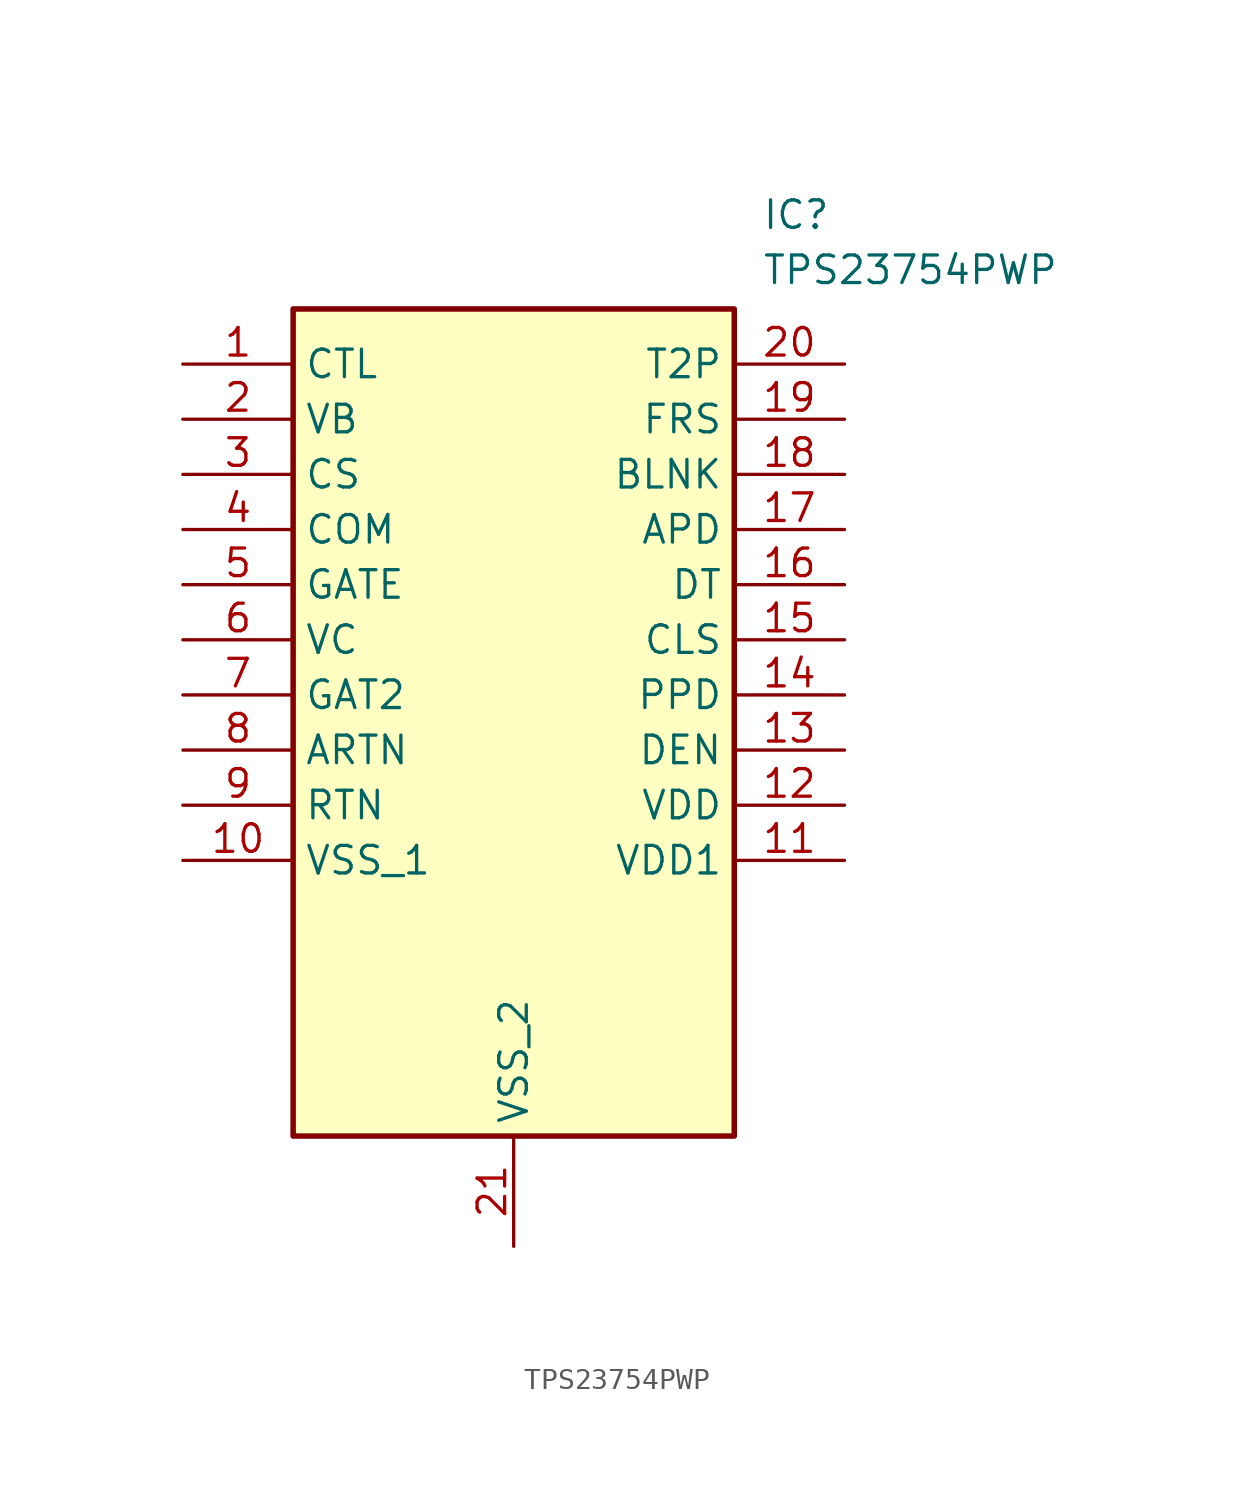
<source format=kicad_sym>
(kicad_symbol_lib
  (version 20211014)
  (generator SamacSys_ECAD_Model)
  (symbol "TPS23754PWP"
    (property "Reference" "IC"
      (at 26.67 7.62 0)
      (effects (font (size 1.27 1.27)) (justify left top)))
    (property "Value" "TPS23754PWP"
      (at 26.67 5.08 0)
      (effects (font (size 1.27 1.27)) (justify left top)))
    (rectangle
      (start 5.08 2.54)
      (end 25.4 -35.56)
      (stroke (width 0.254) (type default))
      (fill (type background)))
    (pin passive line
      (at 0 0 0)
      (length 5.08)
      (name "CTL" (effects (font (size 1.27 1.27))))
      (number "1" (effects (font (size 1.27 1.27)))))
    (pin passive line
      (at 0 -2.54 0)
      (length 5.08)
      (name "VB" (effects (font (size 1.27 1.27))))
      (number "2" (effects (font (size 1.27 1.27)))))
    (pin passive line
      (at 0 -5.08 0)
      (length 5.08)
      (name "CS" (effects (font (size 1.27 1.27))))
      (number "3" (effects (font (size 1.27 1.27)))))
    (pin passive line
      (at 0 -7.62 0)
      (length 5.08)
      (name "COM" (effects (font (size 1.27 1.27))))
      (number "4" (effects (font (size 1.27 1.27)))))
    (pin passive line
      (at 0 -10.16 0)
      (length 5.08)
      (name "GATE" (effects (font (size 1.27 1.27))))
      (number "5" (effects (font (size 1.27 1.27)))))
    (pin passive line
      (at 0 -12.7 0)
      (length 5.08)
      (name "VC" (effects (font (size 1.27 1.27))))
      (number "6" (effects (font (size 1.27 1.27)))))
    (pin passive line
      (at 0 -15.24 0)
      (length 5.08)
      (name "GAT2" (effects (font (size 1.27 1.27))))
      (number "7" (effects (font (size 1.27 1.27)))))
    (pin passive line
      (at 0 -17.78 0)
      (length 5.08)
      (name "ARTN" (effects (font (size 1.27 1.27))))
      (number "8" (effects (font (size 1.27 1.27)))))
    (pin passive line
      (at 0 -20.32 0)
      (length 5.08)
      (name "RTN" (effects (font (size 1.27 1.27))))
      (number "9" (effects (font (size 1.27 1.27)))))
    (pin passive line
      (at 0 -22.86 0)
      (length 5.08)
      (name "VSS_1" (effects (font (size 1.27 1.27))))
      (number "10" (effects (font (size 1.27 1.27)))))
    (pin passive line
      (at 15.24 -40.64 90)
      (length 5.08)
      (name "VSS_2" (effects (font (size 1.27 1.27))))
      (number "21" (effects (font (size 1.27 1.27)))))
    (pin passive line
      (at 30.48 0 180)
      (length 5.08)
      (name "T2P" (effects (font (size 1.27 1.27))))
      (number "20" (effects (font (size 1.27 1.27)))))
    (pin passive line
      (at 30.48 -2.54 180)
      (length 5.08)
      (name "FRS" (effects (font (size 1.27 1.27))))
      (number "19" (effects (font (size 1.27 1.27)))))
    (pin passive line
      (at 30.48 -5.08 180)
      (length 5.08)
      (name "BLNK" (effects (font (size 1.27 1.27))))
      (number "18" (effects (font (size 1.27 1.27)))))
    (pin passive line
      (at 30.48 -7.62 180)
      (length 5.08)
      (name "APD" (effects (font (size 1.27 1.27))))
      (number "17" (effects (font (size 1.27 1.27)))))
    (pin passive line
      (at 30.48 -10.16 180)
      (length 5.08)
      (name "DT" (effects (font (size 1.27 1.27))))
      (number "16" (effects (font (size 1.27 1.27)))))
    (pin passive line
      (at 30.48 -12.7 180)
      (length 5.08)
      (name "CLS" (effects (font (size 1.27 1.27))))
      (number "15" (effects (font (size 1.27 1.27)))))
    (pin passive line
      (at 30.48 -15.24 180)
      (length 5.08)
      (name "PPD" (effects (font (size 1.27 1.27))))
      (number "14" (effects (font (size 1.27 1.27)))))
    (pin passive line
      (at 30.48 -17.78 180)
      (length 5.08)
      (name "DEN" (effects (font (size 1.27 1.27))))
      (number "13" (effects (font (size 1.27 1.27)))))
    (pin passive line
      (at 30.48 -20.32 180)
      (length 5.08)
      (name "VDD" (effects (font (size 1.27 1.27))))
      (number "12" (effects (font (size 1.27 1.27)))))
    (pin passive line
      (at 30.48 -22.86 180)
      (length 5.08)
      (name "VDD1" (effects (font (size 1.27 1.27))))
      (number "11" (effects (font (size 1.27 1.27)))))))
</source>
